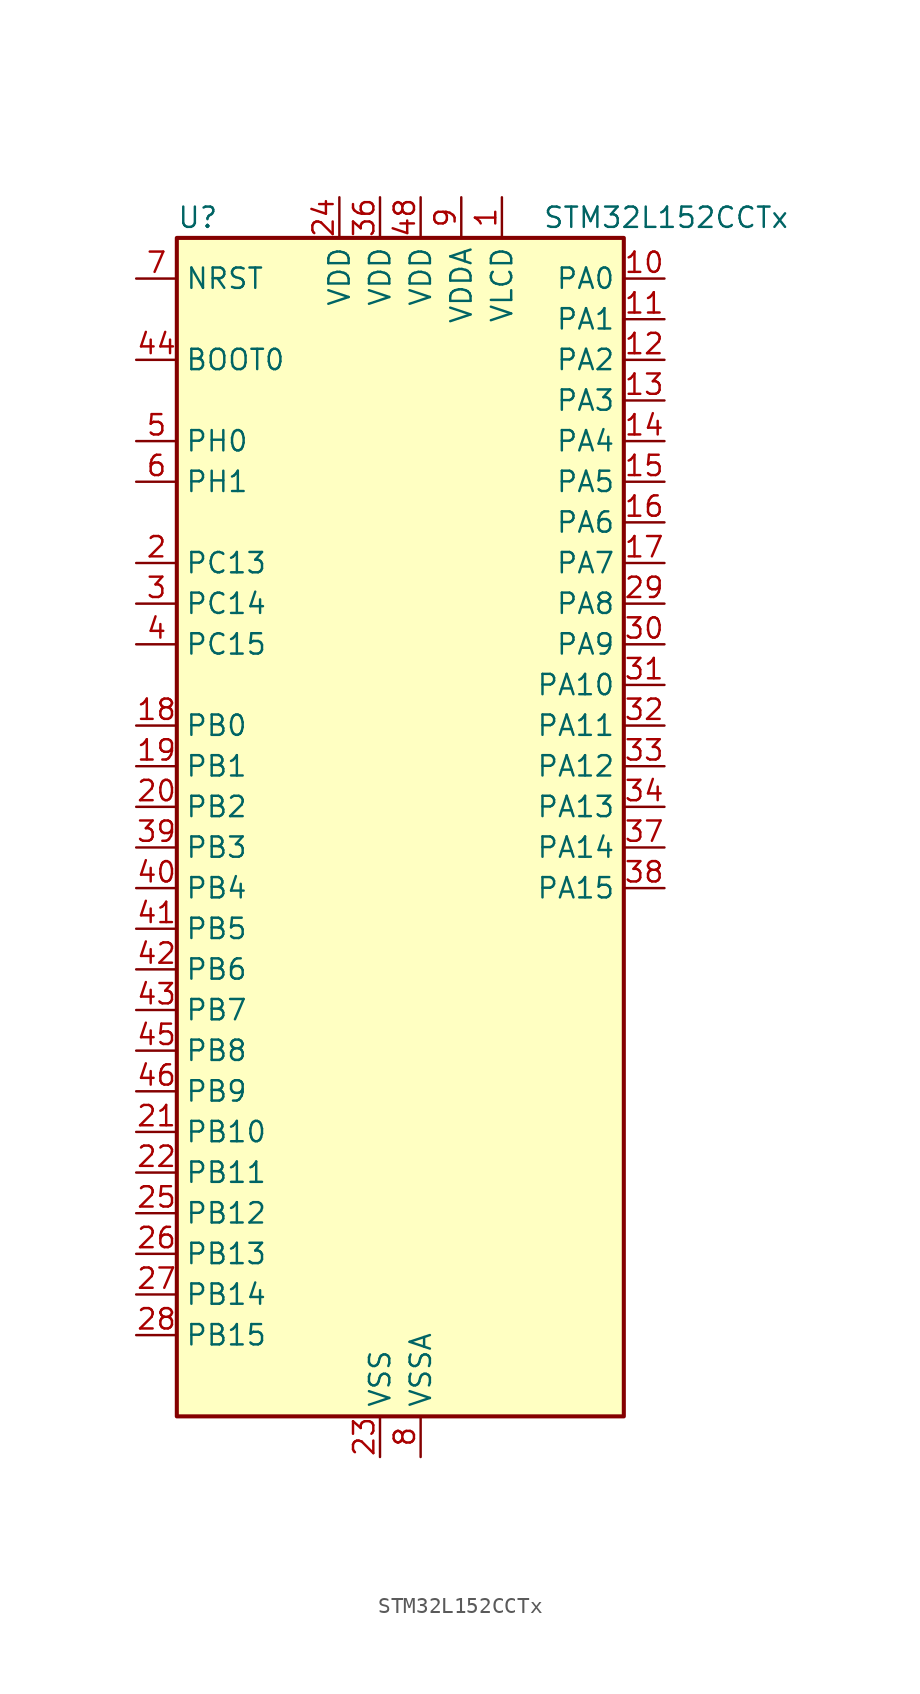
<source format=kicad_sym>
(kicad_symbol_lib
  (version 20231120)
  (generator "kicad-library-utils")
  (generator_version "8.0")
  (symbol "STM32L152CCTx"
    (property "Reference" "U"
      (at -12.7 39.37 0)
      (effects (font (size 1.27 1.27)) (justify left)))
    (property "Value" "STM32L152CCTx"
      (at 10.16 39.37 0)
      (effects (font (size 1.27 1.27)) (justify left)))
    (symbol "STM32L152CCTx_0_1"
      (rectangle (start -12.7 -35.56) (end 15.24 38.1) (stroke (width 0.254) (type default)) (fill (type background))))
    (symbol "STM32L152CCTx_1_1"
      (pin power_in line (at 7.62 40.64 270) (length 2.54) (name "VLCD" (effects (font (size 1.27 1.27)))) (number "1" (effects (font (size 1.27 1.27)))))
      (pin bidirectional line (at 17.78 35.56 180) (length 2.54) (name "PA0" (effects (font (size 1.27 1.27)))) (number "10" (effects (font (size 1.27 1.27)))) (alternate "ADC_IN0" bidirectional line) (alternate "COMP1_INP" bidirectional line) (alternate "RTC_TAMP2" bidirectional line) (alternate "SYS_WKUP1" bidirectional line) (alternate "TIM2_CH1" bidirectional line) (alternate "TIM2_ETR" bidirectional line) (alternate "TIM5_CH1" bidirectional line) (alternate "TIMX_IC1" bidirectional line) (alternate "TS_G1_IO1" bidirectional line) (alternate "USART2_CTS" bidirectional line))
      (pin bidirectional line (at 17.78 33.02 180) (length 2.54) (name "PA1" (effects (font (size 1.27 1.27)))) (number "11" (effects (font (size 1.27 1.27)))) (alternate "ADC_IN1" bidirectional line) (alternate "COMP1_INP" bidirectional line) (alternate "LCD_SEG0" bidirectional line) (alternate "OPAMP1_VINP" bidirectional line) (alternate "TIM2_CH2" bidirectional line) (alternate "TIM5_CH2" bidirectional line) (alternate "TIMX_IC2" bidirectional line) (alternate "TS_G1_IO2" bidirectional line) (alternate "USART2_RTS" bidirectional line))
      (pin bidirectional line (at 17.78 30.48 180) (length 2.54) (name "PA2" (effects (font (size 1.27 1.27)))) (number "12" (effects (font (size 1.27 1.27)))) (alternate "ADC_IN2" bidirectional line) (alternate "COMP1_INP" bidirectional line) (alternate "LCD_SEG1" bidirectional line) (alternate "OPAMP1_VINM" bidirectional line) (alternate "TIM2_CH3" bidirectional line) (alternate "TIM5_CH3" bidirectional line) (alternate "TIM9_CH1" bidirectional line) (alternate "TIMX_IC3" bidirectional line) (alternate "TS_G1_IO3" bidirectional line) (alternate "USART2_TX" bidirectional line))
      (pin bidirectional line (at 17.78 27.94 180) (length 2.54) (name "PA3" (effects (font (size 1.27 1.27)))) (number "13" (effects (font (size 1.27 1.27)))) (alternate "ADC_IN3" bidirectional line) (alternate "COMP1_INP" bidirectional line) (alternate "LCD_SEG2" bidirectional line) (alternate "OPAMP1_VOUT" bidirectional line) (alternate "TIM2_CH4" bidirectional line) (alternate "TIM5_CH4" bidirectional line) (alternate "TIM9_CH2" bidirectional line) (alternate "TIMX_IC4" bidirectional line) (alternate "TS_G1_IO4" bidirectional line) (alternate "USART2_RX" bidirectional line))
      (pin bidirectional line (at 17.78 25.4 180) (length 2.54) (name "PA4" (effects (font (size 1.27 1.27)))) (number "14" (effects (font (size 1.27 1.27)))) (alternate "ADC_IN4" bidirectional line) (alternate "COMP1_INP" bidirectional line) (alternate "DAC_OUT1" bidirectional line) (alternate "I2S3_WS" bidirectional line) (alternate "SPI1_NSS" bidirectional line) (alternate "SPI3_NSS" bidirectional line) (alternate "TIMX_IC1" bidirectional line) (alternate "USART2_CK" bidirectional line))
      (pin bidirectional line (at 17.78 22.86 180) (length 2.54) (name "PA5" (effects (font (size 1.27 1.27)))) (number "15" (effects (font (size 1.27 1.27)))) (alternate "ADC_IN5" bidirectional line) (alternate "COMP1_INP" bidirectional line) (alternate "DAC_OUT2" bidirectional line) (alternate "SPI1_SCK" bidirectional line) (alternate "TIM2_CH1" bidirectional line) (alternate "TIM2_ETR" bidirectional line) (alternate "TIMX_IC2" bidirectional line))
      (pin bidirectional line (at 17.78 20.32 180) (length 2.54) (name "PA6" (effects (font (size 1.27 1.27)))) (number "16" (effects (font (size 1.27 1.27)))) (alternate "ADC_IN6" bidirectional line) (alternate "COMP1_INP" bidirectional line) (alternate "LCD_SEG3" bidirectional line) (alternate "OPAMP2_VINP" bidirectional line) (alternate "SPI1_MISO" bidirectional line) (alternate "TIM10_CH1" bidirectional line) (alternate "TIM3_CH1" bidirectional line) (alternate "TIMX_IC3" bidirectional line) (alternate "TS_G2_IO1" bidirectional line))
      (pin bidirectional line (at 17.78 17.78 180) (length 2.54) (name "PA7" (effects (font (size 1.27 1.27)))) (number "17" (effects (font (size 1.27 1.27)))) (alternate "ADC_IN7" bidirectional line) (alternate "COMP1_INP" bidirectional line) (alternate "LCD_SEG4" bidirectional line) (alternate "OPAMP2_VINM" bidirectional line) (alternate "SPI1_MOSI" bidirectional line) (alternate "TIM11_CH1" bidirectional line) (alternate "TIM3_CH2" bidirectional line) (alternate "TIMX_IC4" bidirectional line) (alternate "TS_G2_IO2" bidirectional line))
      (pin bidirectional line (at -15.24 7.62 0) (length 2.54) (name "PB0" (effects (font (size 1.27 1.27)))) (number "18" (effects (font (size 1.27 1.27)))) (alternate "ADC_IN8" bidirectional line) (alternate "COMP1_INP" bidirectional line) (alternate "LCD_SEG5" bidirectional line) (alternate "OPAMP2_VOUT" bidirectional line) (alternate "SYS_V_REF_OUT" bidirectional line) (alternate "TIM3_CH3" bidirectional line) (alternate "TS_G3_IO1" bidirectional line))
      (pin bidirectional line (at -15.24 5.08 0) (length 2.54) (name "PB1" (effects (font (size 1.27 1.27)))) (number "19" (effects (font (size 1.27 1.27)))) (alternate "ADC_IN9" bidirectional line) (alternate "COMP1_INP" bidirectional line) (alternate "LCD_SEG6" bidirectional line) (alternate "SYS_V_REF_OUT" bidirectional line) (alternate "TIM3_CH4" bidirectional line) (alternate "TS_G3_IO2" bidirectional line))
      (pin bidirectional line (at -15.24 17.78 0) (length 2.54) (name "PC13" (effects (font (size 1.27 1.27)))) (number "2" (effects (font (size 1.27 1.27)))) (alternate "RTC_OUT_ALARM" bidirectional line) (alternate "RTC_OUT_CALIB" bidirectional line) (alternate "RTC_TAMP1" bidirectional line) (alternate "RTC_TS" bidirectional line) (alternate "SYS_WKUP2" bidirectional line) (alternate "TIMX_IC2" bidirectional line))
      (pin bidirectional line (at -15.24 2.54 0) (length 2.54) (name "PB2" (effects (font (size 1.27 1.27)))) (number "20" (effects (font (size 1.27 1.27)))) (alternate "TS_G3_IO3" bidirectional line))
      (pin bidirectional line (at -15.24 -17.78 0) (length 2.54) (name "PB10" (effects (font (size 1.27 1.27)))) (number "21" (effects (font (size 1.27 1.27)))) (alternate "I2C2_SCL" bidirectional line) (alternate "LCD_SEG10" bidirectional line) (alternate "TIM2_CH3" bidirectional line) (alternate "USART3_TX" bidirectional line))
      (pin bidirectional line (at -15.24 -20.32 0) (length 2.54) (name "PB11" (effects (font (size 1.27 1.27)))) (number "22" (effects (font (size 1.27 1.27)))) (alternate "ADC_EXTI11" bidirectional line) (alternate "I2C2_SDA" bidirectional line) (alternate "LCD_SEG11" bidirectional line) (alternate "TIM2_CH4" bidirectional line) (alternate "USART3_RX" bidirectional line))
      (pin power_in line (at 0 -38.1 90) (length 2.54) (name "VSS" (effects (font (size 1.27 1.27)))) (number "23" (effects (font (size 1.27 1.27)))))
      (pin power_in line (at -2.54 40.64 270) (length 2.54) (name "VDD" (effects (font (size 1.27 1.27)))) (number "24" (effects (font (size 1.27 1.27)))))
      (pin bidirectional line (at -15.24 -22.86 0) (length 2.54) (name "PB12" (effects (font (size 1.27 1.27)))) (number "25" (effects (font (size 1.27 1.27)))) (alternate "ADC_IN18" bidirectional line) (alternate "COMP1_INP" bidirectional line) (alternate "I2C2_SMBA" bidirectional line) (alternate "I2S2_WS" bidirectional line) (alternate "LCD_SEG12" bidirectional line) (alternate "SPI2_NSS" bidirectional line) (alternate "TIM10_CH1" bidirectional line) (alternate "TS_G7_IO1" bidirectional line) (alternate "USART3_CK" bidirectional line))
      (pin bidirectional line (at -15.24 -25.4 0) (length 2.54) (name "PB13" (effects (font (size 1.27 1.27)))) (number "26" (effects (font (size 1.27 1.27)))) (alternate "ADC_IN19" bidirectional line) (alternate "COMP1_INP" bidirectional line) (alternate "I2S2_CK" bidirectional line) (alternate "LCD_SEG13" bidirectional line) (alternate "SPI2_SCK" bidirectional line) (alternate "TIM9_CH1" bidirectional line) (alternate "TS_G7_IO2" bidirectional line) (alternate "USART3_CTS" bidirectional line))
      (pin bidirectional line (at -15.24 -27.94 0) (length 2.54) (name "PB14" (effects (font (size 1.27 1.27)))) (number "27" (effects (font (size 1.27 1.27)))) (alternate "ADC_IN20" bidirectional line) (alternate "COMP1_INP" bidirectional line) (alternate "LCD_SEG14" bidirectional line) (alternate "SPI2_MISO" bidirectional line) (alternate "TIM9_CH2" bidirectional line) (alternate "TS_G7_IO3" bidirectional line) (alternate "USART3_RTS" bidirectional line))
      (pin bidirectional line (at -15.24 -30.48 0) (length 2.54) (name "PB15" (effects (font (size 1.27 1.27)))) (number "28" (effects (font (size 1.27 1.27)))) (alternate "ADC_EXTI15" bidirectional line) (alternate "ADC_IN21" bidirectional line) (alternate "COMP1_INP" bidirectional line) (alternate "I2S2_SD" bidirectional line) (alternate "LCD_SEG15" bidirectional line) (alternate "RTC_REFIN" bidirectional line) (alternate "SPI2_MOSI" bidirectional line) (alternate "TIM11_CH1" bidirectional line) (alternate "TS_G7_IO4" bidirectional line))
      (pin bidirectional line (at 17.78 15.24 180) (length 2.54) (name "PA8" (effects (font (size 1.27 1.27)))) (number "29" (effects (font (size 1.27 1.27)))) (alternate "LCD_COM0" bidirectional line) (alternate "RCC_MCO" bidirectional line) (alternate "TIMX_IC1" bidirectional line) (alternate "TS_G4_IO1" bidirectional line) (alternate "USART1_CK" bidirectional line))
      (pin bidirectional line (at -15.24 15.24 0) (length 2.54) (name "PC14" (effects (font (size 1.27 1.27)))) (number "3" (effects (font (size 1.27 1.27)))) (alternate "RCC_OSC32_IN" bidirectional line) (alternate "TIMX_IC3" bidirectional line))
      (pin bidirectional line (at 17.78 12.7 180) (length 2.54) (name "PA9" (effects (font (size 1.27 1.27)))) (number "30" (effects (font (size 1.27 1.27)))) (alternate "DAC_EXTI9" bidirectional line) (alternate "LCD_COM1" bidirectional line) (alternate "TIMX_IC2" bidirectional line) (alternate "TS_G4_IO2" bidirectional line) (alternate "USART1_TX" bidirectional line))
      (pin bidirectional line (at 17.78 10.16 180) (length 2.54) (name "PA10" (effects (font (size 1.27 1.27)))) (number "31" (effects (font (size 1.27 1.27)))) (alternate "LCD_COM2" bidirectional line) (alternate "TIMX_IC3" bidirectional line) (alternate "TS_G4_IO3" bidirectional line) (alternate "USART1_RX" bidirectional line))
      (pin bidirectional line (at 17.78 7.62 180) (length 2.54) (name "PA11" (effects (font (size 1.27 1.27)))) (number "32" (effects (font (size 1.27 1.27)))) (alternate "ADC_EXTI11" bidirectional line) (alternate "SPI1_MISO" bidirectional line) (alternate "TIMX_IC4" bidirectional line) (alternate "USART1_CTS" bidirectional line) (alternate "USB_DM" bidirectional line))
      (pin bidirectional line (at 17.78 5.08 180) (length 2.54) (name "PA12" (effects (font (size 1.27 1.27)))) (number "33" (effects (font (size 1.27 1.27)))) (alternate "SPI1_MOSI" bidirectional line) (alternate "TIMX_IC1" bidirectional line) (alternate "USART1_RTS" bidirectional line) (alternate "USB_DP" bidirectional line))
      (pin bidirectional line (at 17.78 2.54 180) (length 2.54) (name "PA13" (effects (font (size 1.27 1.27)))) (number "34" (effects (font (size 1.27 1.27)))) (alternate "SYS_JTMS-SWDIO" bidirectional line) (alternate "TIMX_IC2" bidirectional line) (alternate "TS_G5_IO1" bidirectional line))
      (pin passive line (at 0 -38.1 90) (length 2.54) hide (name "VSS" (effects (font (size 1.27 1.27)))) (number "35" (effects (font (size 1.27 1.27)))))
      (pin power_in line (at 0 40.64 270) (length 2.54) (name "VDD" (effects (font (size 1.27 1.27)))) (number "36" (effects (font (size 1.27 1.27)))))
      (pin bidirectional line (at 17.78 0 180) (length 2.54) (name "PA14" (effects (font (size 1.27 1.27)))) (number "37" (effects (font (size 1.27 1.27)))) (alternate "SYS_JTCK-SWCLK" bidirectional line) (alternate "TIMX_IC3" bidirectional line) (alternate "TS_G5_IO2" bidirectional line))
      (pin bidirectional line (at 17.78 -2.54 180) (length 2.54) (name "PA15" (effects (font (size 1.27 1.27)))) (number "38" (effects (font (size 1.27 1.27)))) (alternate "ADC_EXTI15" bidirectional line) (alternate "I2S3_WS" bidirectional line) (alternate "LCD_SEG17" bidirectional line) (alternate "SPI1_NSS" bidirectional line) (alternate "SPI3_NSS" bidirectional line) (alternate "SYS_JTDI" bidirectional line) (alternate "TIM2_CH1" bidirectional line) (alternate "TIM2_ETR" bidirectional line) (alternate "TIMX_IC4" bidirectional line) (alternate "TS_G5_IO3" bidirectional line))
      (pin bidirectional line (at -15.24 0 0) (length 2.54) (name "PB3" (effects (font (size 1.27 1.27)))) (number "39" (effects (font (size 1.27 1.27)))) (alternate "COMP2_INM" bidirectional line) (alternate "I2S3_CK" bidirectional line) (alternate "LCD_SEG7" bidirectional line) (alternate "SPI1_SCK" bidirectional line) (alternate "SPI3_SCK" bidirectional line) (alternate "SYS_JTDO-TRACESWO" bidirectional line) (alternate "TIM2_CH2" bidirectional line))
      (pin bidirectional line (at -15.24 12.7 0) (length 2.54) (name "PC15" (effects (font (size 1.27 1.27)))) (number "4" (effects (font (size 1.27 1.27)))) (alternate "ADC_EXTI15" bidirectional line) (alternate "RCC_OSC32_OUT" bidirectional line) (alternate "TIMX_IC4" bidirectional line))
      (pin bidirectional line (at -15.24 -2.54 0) (length 2.54) (name "PB4" (effects (font (size 1.27 1.27)))) (number "40" (effects (font (size 1.27 1.27)))) (alternate "COMP2_INP" bidirectional line) (alternate "LCD_SEG8" bidirectional line) (alternate "SPI1_MISO" bidirectional line) (alternate "SPI3_MISO" bidirectional line) (alternate "SYS_JTRST" bidirectional line) (alternate "TIM3_CH1" bidirectional line) (alternate "TS_G6_IO1" bidirectional line))
      (pin bidirectional line (at -15.24 -5.08 0) (length 2.54) (name "PB5" (effects (font (size 1.27 1.27)))) (number "41" (effects (font (size 1.27 1.27)))) (alternate "COMP2_INP" bidirectional line) (alternate "I2C1_SMBA" bidirectional line) (alternate "I2S3_SD" bidirectional line) (alternate "LCD_SEG9" bidirectional line) (alternate "SPI1_MOSI" bidirectional line) (alternate "SPI3_MOSI" bidirectional line) (alternate "TIM3_CH2" bidirectional line) (alternate "TS_G6_IO2" bidirectional line))
      (pin bidirectional line (at -15.24 -7.62 0) (length 2.54) (name "PB6" (effects (font (size 1.27 1.27)))) (number "42" (effects (font (size 1.27 1.27)))) (alternate "COMP2_INP" bidirectional line) (alternate "I2C1_SCL" bidirectional line) (alternate "TIM4_CH1" bidirectional line) (alternate "TS_G6_IO3" bidirectional line) (alternate "USART1_TX" bidirectional line))
      (pin bidirectional line (at -15.24 -10.16 0) (length 2.54) (name "PB7" (effects (font (size 1.27 1.27)))) (number "43" (effects (font (size 1.27 1.27)))) (alternate "COMP2_INP" bidirectional line) (alternate "I2C1_SDA" bidirectional line) (alternate "SYS_PVD_IN" bidirectional line) (alternate "TIM4_CH2" bidirectional line) (alternate "TS_G6_IO4" bidirectional line) (alternate "USART1_RX" bidirectional line))
      (pin input line (at -15.24 30.48 0) (length 2.54) (name "BOOT0" (effects (font (size 1.27 1.27)))) (number "44" (effects (font (size 1.27 1.27)))))
      (pin bidirectional line (at -15.24 -12.7 0) (length 2.54) (name "PB8" (effects (font (size 1.27 1.27)))) (number "45" (effects (font (size 1.27 1.27)))) (alternate "I2C1_SCL" bidirectional line) (alternate "LCD_SEG16" bidirectional line) (alternate "TIM10_CH1" bidirectional line) (alternate "TIM4_CH3" bidirectional line))
      (pin bidirectional line (at -15.24 -15.24 0) (length 2.54) (name "PB9" (effects (font (size 1.27 1.27)))) (number "46" (effects (font (size 1.27 1.27)))) (alternate "DAC_EXTI9" bidirectional line) (alternate "I2C1_SDA" bidirectional line) (alternate "LCD_COM3" bidirectional line) (alternate "TIM11_CH1" bidirectional line) (alternate "TIM4_CH4" bidirectional line))
      (pin passive line (at 0 -38.1 90) (length 2.54) hide (name "VSS" (effects (font (size 1.27 1.27)))) (number "47" (effects (font (size 1.27 1.27)))))
      (pin power_in line (at 2.54 40.64 270) (length 2.54) (name "VDD" (effects (font (size 1.27 1.27)))) (number "48" (effects (font (size 1.27 1.27)))))
      (pin bidirectional line (at -15.24 25.4 0) (length 2.54) (name "PH0" (effects (font (size 1.27 1.27)))) (number "5" (effects (font (size 1.27 1.27)))) (alternate "RCC_OSC_IN" bidirectional line))
      (pin bidirectional line (at -15.24 22.86 0) (length 2.54) (name "PH1" (effects (font (size 1.27 1.27)))) (number "6" (effects (font (size 1.27 1.27)))) (alternate "RCC_OSC_OUT" bidirectional line))
      (pin input line (at -15.24 35.56 0) (length 2.54) (name "NRST" (effects (font (size 1.27 1.27)))) (number "7" (effects (font (size 1.27 1.27)))))
      (pin power_in line (at 2.54 -38.1 90) (length 2.54) (name "VSSA" (effects (font (size 1.27 1.27)))) (number "8" (effects (font (size 1.27 1.27)))))
      (pin power_in line (at 5.08 40.64 270) (length 2.54) (name "VDDA" (effects (font (size 1.27 1.27)))) (number "9" (effects (font (size 1.27 1.27))))))))
</source>
